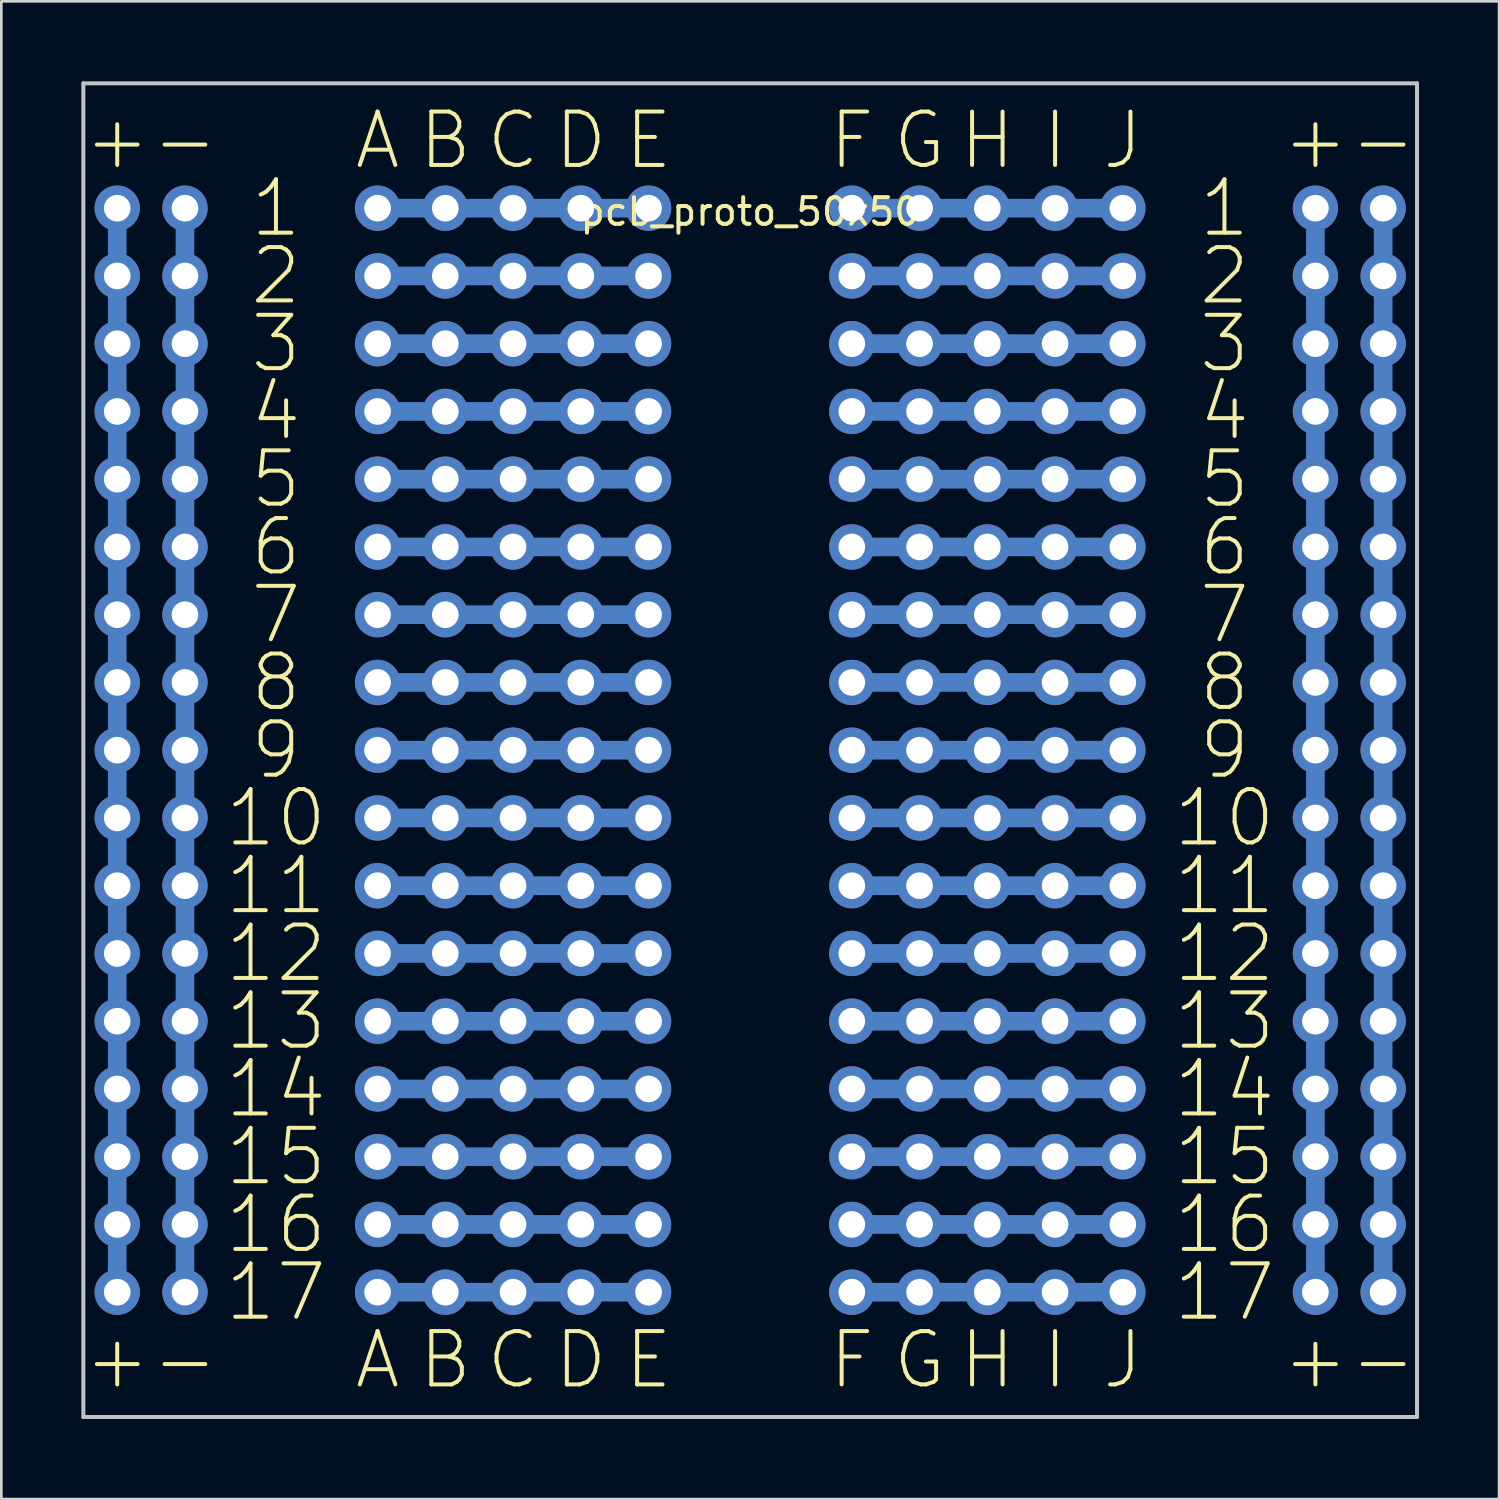
<source format=kicad_pcb>
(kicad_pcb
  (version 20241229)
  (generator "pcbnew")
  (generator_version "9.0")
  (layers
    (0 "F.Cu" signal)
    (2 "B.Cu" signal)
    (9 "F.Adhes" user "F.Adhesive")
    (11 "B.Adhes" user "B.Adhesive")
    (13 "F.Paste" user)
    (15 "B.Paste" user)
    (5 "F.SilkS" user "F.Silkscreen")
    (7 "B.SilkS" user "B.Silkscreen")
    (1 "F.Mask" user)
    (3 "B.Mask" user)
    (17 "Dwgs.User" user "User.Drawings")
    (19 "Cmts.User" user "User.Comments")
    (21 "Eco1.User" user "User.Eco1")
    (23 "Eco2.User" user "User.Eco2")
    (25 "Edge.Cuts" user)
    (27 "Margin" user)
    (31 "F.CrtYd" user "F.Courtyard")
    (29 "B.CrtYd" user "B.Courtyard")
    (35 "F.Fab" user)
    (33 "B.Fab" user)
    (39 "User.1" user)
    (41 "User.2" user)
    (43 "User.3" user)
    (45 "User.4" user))
  (footprint "pcb_proto_50x50"
    (layer "F.Cu")
    (at 25.075 3.885)
    (property "Reference" "pcb_proto_50x50" (at 0 1 0) (layer "F.SilkS") (effects (font (size 1 1) (thickness 0.15))))
    (attr through_hole)
    (fp_line (start -25 -3.81) (end -25 46.19) (stroke (width 0.15) (type solid)) (layer "Dwgs.User"))
    (fp_line (start -25 46.19) (end 25 46.19) (stroke (width 0.15) (type solid)) (layer "Dwgs.User"))
    (fp_line (start 25 -3.81) (end -25 -3.81) (stroke (width 0.15) (type solid)) (layer "Dwgs.User"))
    (fp_line (start 25 46.19) (end 25 -3.81) (stroke (width 0.15) (type solid)) (layer "Dwgs.User"))
    (fp_text user "7" (at -17.78 16.11 0) (layer "F.SilkS") (effects (font (size 2 2) (thickness 0.15))))
    (fp_text user "C" (at -8.89 44.05 0) (layer "F.SilkS") (effects (font (size 2 2) (thickness 0.15))))
    (fp_text user "I" (at 11.43 -1.67 0) (layer "F.SilkS") (effects (font (size 2 2) (thickness 0.15))))
    (fp_text user "9" (at -17.78 21.19 0) (layer "F.SilkS") (effects (font (size 2 2) (thickness 0.15))))
    (fp_text user "11" (at -17.78 26.27 0) (layer "F.SilkS") (effects (font (size 2 2) (thickness 0.15))))
    (fp_text user "G" (at 6.35 44.05 0) (layer "F.SilkS") (effects (font (size 2 2) (thickness 0.15))))
    (fp_text user "C" (at -8.89 -1.67 0) (layer "F.SilkS") (effects (font (size 2 2) (thickness 0.15))))
    (fp_text user "D" (at -6.35 44.05 0) (layer "F.SilkS") (effects (font (size 2 2) (thickness 0.15))))
    (fp_text user "17" (at -17.78 41.51 0) (layer "F.SilkS") (effects (font (size 2 2) (thickness 0.15))))
    (fp_text user "2" (at -17.78 3.41 0) (layer "F.SilkS") (effects (font (size 2 2) (thickness 0.15))))
    (fp_text user "+" (at -23.73 -1.67 0) (layer "F.SilkS") (effects (font (size 2 2) (thickness 0.15))))
    (fp_text user "13" (at -17.78 31.35 0) (layer "F.SilkS") (effects (font (size 2 2) (thickness 0.15))))
    (fp_text user "5" (at -17.78 11.03 0) (layer "F.SilkS") (effects (font (size 2 2) (thickness 0.15))))
    (fp_text user "12" (at -17.78 28.81 0) (layer "F.SilkS") (effects (font (size 2 2) (thickness 0.15))))
    (fp_text user "3" (at -17.78 5.95 0) (layer "F.SilkS") (effects (font (size 2 2) (thickness 0.15))))
    (fp_text user "H" (at 8.89 -1.67 0) (layer "F.SilkS") (effects (font (size 2 2) (thickness 0.15))))
    (fp_text user "13" (at 17.78 31.35 0) (layer "F.SilkS") (effects (font (size 2 2) (thickness 0.15))))
    (fp_text user "16" (at 17.78 38.97 0) (layer "F.SilkS") (effects (font (size 2 2) (thickness 0.15))))
    (fp_text user "I" (at 11.43 44.05 0) (layer "F.SilkS") (effects (font (size 2 2) (thickness 0.15))))
    (fp_text user "7" (at 17.78 16.11 0) (layer "F.SilkS") (effects (font (size 2 2) (thickness 0.15))))
    (fp_text user "J" (at 13.97 44.05 0) (layer "F.SilkS") (effects (font (size 2 2) (thickness 0.15))))
    (fp_text user "16" (at -17.78 38.97 0) (layer "F.SilkS") (effects (font (size 2 2) (thickness 0.15))))
    (fp_text user "14" (at -17.78 33.89 0) (layer "F.SilkS") (effects (font (size 2 2) (thickness 0.15))))
    (fp_text user "12" (at 17.78 28.81 0) (layer "F.SilkS") (effects (font (size 2 2) (thickness 0.15))))
    (fp_text user "E" (at -3.81 -1.67 0) (layer "F.SilkS") (effects (font (size 2 2) (thickness 0.15))))
    (fp_text user "F" (at 3.81 -1.67 0) (layer "F.SilkS") (effects (font (size 2 2) (thickness 0.15))))
    (fp_text user "15" (at 17.78 36.43 0) (layer "F.SilkS") (effects (font (size 2 2) (thickness 0.15))))
    (fp_text user "F" (at 3.81 44.05 0) (layer "F.SilkS") (effects (font (size 2 2) (thickness 0.15))))
    (fp_text user "+" (at 21.19 44.05 0) (layer "F.SilkS") (effects (font (size 2 2) (thickness 0.15))))
    (fp_text user "17" (at 17.78 41.51 0) (layer "F.SilkS") (effects (font (size 2 2) (thickness 0.15))))
    (fp_text user "3" (at 17.78 5.95 0) (layer "F.SilkS") (effects (font (size 2 2) (thickness 0.15))))
    (fp_text user "4" (at 17.78 8.49 0) (layer "F.SilkS") (effects (font (size 2 2) (thickness 0.15))))
    (fp_text user "15" (at -17.78 36.43 0) (layer "F.SilkS") (effects (font (size 2 2) (thickness 0.15))))
    (fp_text user "A" (at -13.97 -1.67 0) (layer "F.SilkS") (effects (font (size 2 2) (thickness 0.15))))
    (fp_text user "11" (at 17.78 26.27 0) (layer "F.SilkS") (effects (font (size 2 2) (thickness 0.15))))
    (fp_text user "4" (at -17.78 8.49 0) (layer "F.SilkS") (effects (font (size 2 2) (thickness 0.15))))
    (fp_text user "+" (at 21.19 -1.67 0) (layer "F.SilkS") (effects (font (size 2 2) (thickness 0.15))))
    (fp_text user "E" (at -3.81 44.05 0) (layer "F.SilkS") (effects (font (size 2 2) (thickness 0.15))))
    (fp_text user "-" (at -21.19 -1.67 0) (layer "F.SilkS") (effects (font (size 2 2) (thickness 0.15))))
    (fp_text user "10" (at 17.78 23.73 0) (layer "F.SilkS") (effects (font (size 2 2) (thickness 0.15))))
    (fp_text user "-" (at 23.73 44.05 0) (layer "F.SilkS") (effects (font (size 2 2) (thickness 0.15))))
    (fp_text user "G" (at 6.35 -1.67 0) (layer "F.SilkS") (effects (font (size 2 2) (thickness 0.15))))
    (fp_text user "B" (at -11.43 -1.67 0) (layer "F.SilkS") (effects (font (size 2 2) (thickness 0.15))))
    (fp_text user "2" (at 17.78 3.41 0) (layer "F.SilkS") (effects (font (size 2 2) (thickness 0.15))))
    (fp_text user "J" (at 13.97 -1.67 0) (layer "F.SilkS") (effects (font (size 2 2) (thickness 0.15))))
    (fp_text user "6" (at -17.78 13.57 0) (layer "F.SilkS") (effects (font (size 2 2) (thickness 0.15))))
    (fp_text user "1" (at 17.78 0.87 0) (layer "F.SilkS") (effects (font (size 2 2) (thickness 0.15))))
    (fp_text user "8" (at -17.78 18.65 0) (layer "F.SilkS") (effects (font (size 2 2) (thickness 0.15))))
    (fp_text user "14" (at 17.78 33.89 0) (layer "F.SilkS") (effects (font (size 2 2) (thickness 0.15))))
    (fp_text user "H" (at 8.89 44.05 0) (layer "F.SilkS") (effects (font (size 2 2) (thickness 0.15))))
    (fp_text user "1" (at -17.78 0.87 0) (layer "F.SilkS") (effects (font (size 2 2) (thickness 0.15))))
    (fp_text user "+" (at -23.73 44.05 0) (layer "F.SilkS") (effects (font (size 2 2) (thickness 0.15))))
    (fp_text user "6" (at 17.78 13.57 0) (layer "F.SilkS") (effects (font (size 2 2) (thickness 0.15))))
    (fp_text user "8" (at 17.78 18.65 0) (layer "F.SilkS") (effects (font (size 2 2) (thickness 0.15))))
    (fp_text user "9" (at 17.78 21.19 0) (layer "F.SilkS") (effects (font (size 2 2) (thickness 0.15))))
    (fp_text user "B" (at -11.43 44.05 0) (layer "F.SilkS") (effects (font (size 2 2) (thickness 0.15))))
    (fp_text user "D" (at -6.35 -1.67 0) (layer "F.SilkS") (effects (font (size 2 2) (thickness 0.15))))
    (fp_text user "-" (at -21.19 44.05 0) (layer "F.SilkS") (effects (font (size 2 2) (thickness 0.15))))
    (fp_text user "5" (at 17.78 11.03 0) (layer "F.SilkS") (effects (font (size 2 2) (thickness 0.15))))
    (fp_text user "A" (at -13.97 44.05 0) (layer "F.SilkS") (effects (font (size 2 2) (thickness 0.15))))
    (fp_text user "-" (at 23.73 -1.67 0) (layer "F.SilkS") (effects (font (size 2 2) (thickness 0.15))))
    (fp_text user "10" (at -17.78 23.73 0) (layer "F.SilkS") (effects (font (size 2 2) (thickness 0.15))))
    (pad "" thru_hole circle (at -23.73 0.87) (size 1.7 1.7) (drill 1) (layers "*.Cu" "*.Mask"))
    (pad "" thru_hole circle (at -23.73 3.41) (size 1.7 1.7) (drill 1) (layers "*.Cu" "*.Mask"))
    (pad "" thru_hole circle (at -23.73 5.95) (size 1.7 1.7) (drill 1) (layers "*.Cu" "*.Mask"))
    (pad "" thru_hole circle (at -23.73 8.49) (size 1.7 1.7) (drill 1) (layers "*.Cu" "*.Mask"))
    (pad "" thru_hole circle (at -23.73 11.03) (size 1.7 1.7) (drill 1) (layers "*.Cu" "*.Mask"))
    (pad "" thru_hole circle (at -23.73 13.57) (size 1.7 1.7) (drill 1) (layers "*.Cu" "*.Mask"))
    (pad "" thru_hole circle (at -23.73 16.11) (size 1.7 1.7) (drill 1) (layers "*.Cu" "*.Mask"))
    (pad "" thru_hole circle (at -23.73 18.65) (size 1.7 1.7) (drill 1) (layers "*.Cu" "*.Mask"))
    (pad "" smd rect (at -23.73 21.19) (size 0.7 40.64) (layers "B.Cu" "B.Mask"))
    (pad "" thru_hole circle (at -23.73 21.19) (size 1.7 1.7) (drill 1) (layers "*.Cu" "*.Mask"))
    (pad "" thru_hole circle (at -23.73 23.73) (size 1.7 1.7) (drill 1) (layers "*.Cu" "*.Mask"))
    (pad "" thru_hole circle (at -23.73 26.27) (size 1.7 1.7) (drill 1) (layers "*.Cu" "*.Mask"))
    (pad "" thru_hole circle (at -23.73 28.81) (size 1.7 1.7) (drill 1) (layers "*.Cu" "*.Mask"))
    (pad "" thru_hole circle (at -23.73 31.35) (size 1.7 1.7) (drill 1) (layers "*.Cu" "*.Mask"))
    (pad "" thru_hole circle (at -23.73 33.89) (size 1.7 1.7) (drill 1) (layers "*.Cu" "*.Mask"))
    (pad "" thru_hole circle (at -23.73 36.43) (size 1.7 1.7) (drill 1) (layers "*.Cu" "*.Mask"))
    (pad "" thru_hole circle (at -23.73 38.97) (size 1.7 1.7) (drill 1) (layers "*.Cu" "*.Mask"))
    (pad "" thru_hole circle (at -23.73 41.51) (size 1.7 1.7) (drill 1) (layers "*.Cu" "*.Mask"))
    (pad "" thru_hole circle (at -21.19 0.87) (size 1.7 1.7) (drill 1) (layers "*.Cu" "*.Mask"))
    (pad "" thru_hole circle (at -21.19 3.41) (size 1.7 1.7) (drill 1) (layers "*.Cu" "*.Mask"))
    (pad "" thru_hole circle (at -21.19 5.95) (size 1.7 1.7) (drill 1) (layers "*.Cu" "*.Mask"))
    (pad "" thru_hole circle (at -21.19 8.49) (size 1.7 1.7) (drill 1) (layers "*.Cu" "*.Mask"))
    (pad "" thru_hole circle (at -21.19 11.03) (size 1.7 1.7) (drill 1) (layers "*.Cu" "*.Mask"))
    (pad "" thru_hole circle (at -21.19 13.57) (size 1.7 1.7) (drill 1) (layers "*.Cu" "*.Mask"))
    (pad "" thru_hole circle (at -21.19 16.11) (size 1.7 1.7) (drill 1) (layers "*.Cu" "*.Mask"))
    (pad "" thru_hole circle (at -21.19 18.65) (size 1.7 1.7) (drill 1) (layers "*.Cu" "*.Mask"))
    (pad "" smd rect (at -21.19 21.19) (size 0.7 40.64) (layers "B.Cu" "B.Mask"))
    (pad "" thru_hole circle (at -21.19 21.19) (size 1.7 1.7) (drill 1) (layers "*.Cu" "*.Mask"))
    (pad "" thru_hole circle (at -21.19 23.73) (size 1.7 1.7) (drill 1) (layers "*.Cu" "*.Mask"))
    (pad "" thru_hole circle (at -21.19 26.27) (size 1.7 1.7) (drill 1) (layers "*.Cu" "*.Mask"))
    (pad "" thru_hole circle (at -21.19 28.81) (size 1.7 1.7) (drill 1) (layers "*.Cu" "*.Mask"))
    (pad "" thru_hole circle (at -21.19 31.35) (size 1.7 1.7) (drill 1) (layers "*.Cu" "*.Mask"))
    (pad "" thru_hole circle (at -21.19 33.89) (size 1.7 1.7) (drill 1) (layers "*.Cu" "*.Mask"))
    (pad "" thru_hole circle (at -21.19 36.43) (size 1.7 1.7) (drill 1) (layers "*.Cu" "*.Mask"))
    (pad "" thru_hole circle (at -21.19 38.97) (size 1.7 1.7) (drill 1) (layers "*.Cu" "*.Mask"))
    (pad "" thru_hole circle (at -21.19 41.51) (size 1.7 1.7) (drill 1) (layers "*.Cu" "*.Mask"))
    (pad "" thru_hole circle (at -13.97 0.87) (size 1.7 1.7) (drill 1) (layers "*.Cu" "*.Mask"))
    (pad "" thru_hole circle (at -13.97 3.41) (size 1.7 1.7) (drill 1) (layers "*.Cu" "*.Mask"))
    (pad "" thru_hole circle (at -13.97 5.95) (size 1.7 1.7) (drill 1) (layers "*.Cu" "*.Mask"))
    (pad "" thru_hole circle (at -13.97 8.49) (size 1.7 1.7) (drill 1) (layers "*.Cu" "*.Mask"))
    (pad "" thru_hole circle (at -13.97 11.03) (size 1.7 1.7) (drill 1) (layers "*.Cu" "*.Mask"))
    (pad "" thru_hole circle (at -13.97 13.57) (size 1.7 1.7) (drill 1) (layers "*.Cu" "*.Mask"))
    (pad "" thru_hole circle (at -13.97 16.11) (size 1.7 1.7) (drill 1) (layers "*.Cu" "*.Mask"))
    (pad "" thru_hole circle (at -13.97 18.65) (size 1.7 1.7) (drill 1) (layers "*.Cu" "*.Mask"))
    (pad "" thru_hole circle (at -13.97 21.19) (size 1.7 1.7) (drill 1) (layers "*.Cu" "*.Mask"))
    (pad "" thru_hole circle (at -13.97 23.73) (size 1.7 1.7) (drill 1) (layers "*.Cu" "*.Mask"))
    (pad "" thru_hole circle (at -13.97 26.27) (size 1.7 1.7) (drill 1) (layers "*.Cu" "*.Mask"))
    (pad "" thru_hole circle (at -13.97 28.81) (size 1.7 1.7) (drill 1) (layers "*.Cu" "*.Mask"))
    (pad "" thru_hole circle (at -13.97 31.35) (size 1.7 1.7) (drill 1) (layers "*.Cu" "*.Mask"))
    (pad "" thru_hole circle (at -13.97 33.89) (size 1.7 1.7) (drill 1) (layers "*.Cu" "*.Mask"))
    (pad "" thru_hole circle (at -13.97 36.43) (size 1.7 1.7) (drill 1) (layers "*.Cu" "*.Mask"))
    (pad "" thru_hole circle (at -13.97 38.97) (size 1.7 1.7) (drill 1) (layers "*.Cu" "*.Mask"))
    (pad "" thru_hole circle (at -13.97 41.51) (size 1.7 1.7) (drill 1) (layers "*.Cu" "*.Mask"))
    (pad "" thru_hole circle (at -11.43 0.87) (size 1.7 1.7) (drill 1) (layers "*.Cu" "*.Mask"))
    (pad "" thru_hole circle (at -11.43 3.41) (size 1.7 1.7) (drill 1) (layers "*.Cu" "*.Mask"))
    (pad "" thru_hole circle (at -11.43 5.95) (size 1.7 1.7) (drill 1) (layers "*.Cu" "*.Mask"))
    (pad "" thru_hole circle (at -11.43 8.49) (size 1.7 1.7) (drill 1) (layers "*.Cu" "*.Mask"))
    (pad "" thru_hole circle (at -11.43 11.03) (size 1.7 1.7) (drill 1) (layers "*.Cu" "*.Mask"))
    (pad "" thru_hole circle (at -11.43 13.57) (size 1.7 1.7) (drill 1) (layers "*.Cu" "*.Mask"))
    (pad "" thru_hole circle (at -11.43 16.11) (size 1.7 1.7) (drill 1) (layers "*.Cu" "*.Mask"))
    (pad "" thru_hole circle (at -11.43 18.65) (size 1.7 1.7) (drill 1) (layers "*.Cu" "*.Mask"))
    (pad "" thru_hole circle (at -11.43 21.19) (size 1.7 1.7) (drill 1) (layers "*.Cu" "*.Mask"))
    (pad "" thru_hole circle (at -11.43 23.73) (size 1.7 1.7) (drill 1) (layers "*.Cu" "*.Mask"))
    (pad "" thru_hole circle (at -11.43 26.27) (size 1.7 1.7) (drill 1) (layers "*.Cu" "*.Mask"))
    (pad "" thru_hole circle (at -11.43 28.81) (size 1.7 1.7) (drill 1) (layers "*.Cu" "*.Mask"))
    (pad "" thru_hole circle (at -11.43 31.35) (size 1.7 1.7) (drill 1) (layers "*.Cu" "*.Mask"))
    (pad "" thru_hole circle (at -11.43 33.89) (size 1.7 1.7) (drill 1) (layers "*.Cu" "*.Mask"))
    (pad "" thru_hole circle (at -11.43 36.43) (size 1.7 1.7) (drill 1) (layers "*.Cu" "*.Mask"))
    (pad "" thru_hole circle (at -11.43 38.97) (size 1.7 1.7) (drill 1) (layers "*.Cu" "*.Mask"))
    (pad "" thru_hole circle (at -11.43 41.51) (size 1.7 1.7) (drill 1) (layers "*.Cu" "*.Mask"))
    (pad "" thru_hole circle (at -8.89 0.87) (size 1.7 1.7) (drill 1) (layers "*.Cu" "*.Mask"))
    (pad "" smd rect (at -8.89 0.87) (size 10.16 0.7) (layers "B.Cu" "B.Mask"))
    (pad "" thru_hole circle (at -8.89 3.41) (size 1.7 1.7) (drill 1) (layers "*.Cu" "*.Mask"))
    (pad "" smd rect (at -8.89 3.41) (size 10.16 0.7) (layers "B.Cu" "B.Mask"))
    (pad "" thru_hole circle (at -8.89 5.95) (size 1.7 1.7) (drill 1) (layers "*.Cu" "*.Mask"))
    (pad "" smd rect (at -8.89 5.95) (size 10.16 0.7) (layers "B.Cu" "B.Mask"))
    (pad "" thru_hole circle (at -8.89 8.49) (size 1.7 1.7) (drill 1) (layers "*.Cu" "*.Mask"))
    (pad "" smd rect (at -8.89 8.49) (size 10.16 0.7) (layers "B.Cu" "B.Mask"))
    (pad "" thru_hole circle (at -8.89 11.03) (size 1.7 1.7) (drill 1) (layers "*.Cu" "*.Mask"))
    (pad "" smd rect (at -8.89 11.03) (size 10.16 0.7) (layers "B.Cu" "B.Mask"))
    (pad "" thru_hole circle (at -8.89 13.57) (size 1.7 1.7) (drill 1) (layers "*.Cu" "*.Mask"))
    (pad "" smd rect (at -8.89 13.57) (size 10.16 0.7) (layers "B.Cu" "B.Mask"))
    (pad "" thru_hole circle (at -8.89 16.11) (size 1.7 1.7) (drill 1) (layers "*.Cu" "*.Mask"))
    (pad "" smd rect (at -8.89 16.11) (size 10.16 0.7) (layers "B.Cu" "B.Mask"))
    (pad "" thru_hole circle (at -8.89 18.65) (size 1.7 1.7) (drill 1) (layers "*.Cu" "*.Mask"))
    (pad "" smd rect (at -8.89 18.65) (size 10.16 0.7) (layers "B.Cu" "B.Mask"))
    (pad "" thru_hole circle (at -8.89 21.19) (size 1.7 1.7) (drill 1) (layers "*.Cu" "*.Mask"))
    (pad "" smd rect (at -8.89 21.19) (size 10.16 0.7) (layers "B.Cu" "B.Mask"))
    (pad "" thru_hole circle (at -8.89 23.73) (size 1.7 1.7) (drill 1) (layers "*.Cu" "*.Mask"))
    (pad "" smd rect (at -8.89 23.73) (size 10.16 0.7) (layers "B.Cu" "B.Mask"))
    (pad "" thru_hole circle (at -8.89 26.27) (size 1.7 1.7) (drill 1) (layers "*.Cu" "*.Mask"))
    (pad "" smd rect (at -8.89 26.27) (size 10.16 0.7) (layers "B.Cu" "B.Mask"))
    (pad "" thru_hole circle (at -8.89 28.81) (size 1.7 1.7) (drill 1) (layers "*.Cu" "*.Mask"))
    (pad "" smd rect (at -8.89 28.81) (size 10.16 0.7) (layers "B.Cu" "B.Mask"))
    (pad "" thru_hole circle (at -8.89 31.35) (size 1.7 1.7) (drill 1) (layers "*.Cu" "*.Mask"))
    (pad "" smd rect (at -8.89 31.35) (size 10.16 0.7) (layers "B.Cu" "B.Mask"))
    (pad "" thru_hole circle (at -8.89 33.89) (size 1.7 1.7) (drill 1) (layers "*.Cu" "*.Mask"))
    (pad "" smd rect (at -8.89 33.89) (size 10.16 0.7) (layers "B.Cu" "B.Mask"))
    (pad "" thru_hole circle (at -8.89 36.43) (size 1.7 1.7) (drill 1) (layers "*.Cu" "*.Mask"))
    (pad "" smd rect (at -8.89 36.43) (size 10.16 0.7) (layers "B.Cu" "B.Mask"))
    (pad "" thru_hole circle (at -8.89 38.97) (size 1.7 1.7) (drill 1) (layers "*.Cu" "*.Mask"))
    (pad "" smd rect (at -8.89 38.97) (size 10.16 0.7) (layers "B.Cu" "B.Mask"))
    (pad "" thru_hole circle (at -8.89 41.51) (size 1.7 1.7) (drill 1) (layers "*.Cu" "*.Mask"))
    (pad "" smd rect (at -8.89 41.51) (size 10.16 0.7) (layers "B.Cu" "B.Mask"))
    (pad "" thru_hole circle (at -6.35 0.87) (size 1.7 1.7) (drill 1) (layers "*.Cu" "*.Mask"))
    (pad "" thru_hole circle (at -6.35 3.41) (size 1.7 1.7) (drill 1) (layers "*.Cu" "*.Mask"))
    (pad "" thru_hole circle (at -6.35 5.95) (size 1.7 1.7) (drill 1) (layers "*.Cu" "*.Mask"))
    (pad "" thru_hole circle (at -6.35 8.49) (size 1.7 1.7) (drill 1) (layers "*.Cu" "*.Mask"))
    (pad "" thru_hole circle (at -6.35 11.03) (size 1.7 1.7) (drill 1) (layers "*.Cu" "*.Mask"))
    (pad "" thru_hole circle (at -6.35 13.57) (size 1.7 1.7) (drill 1) (layers "*.Cu" "*.Mask"))
    (pad "" thru_hole circle (at -6.35 16.11) (size 1.7 1.7) (drill 1) (layers "*.Cu" "*.Mask"))
    (pad "" thru_hole circle (at -6.35 18.65) (size 1.7 1.7) (drill 1) (layers "*.Cu" "*.Mask"))
    (pad "" thru_hole circle (at -6.35 21.19) (size 1.7 1.7) (drill 1) (layers "*.Cu" "*.Mask"))
    (pad "" thru_hole circle (at -6.35 23.73) (size 1.7 1.7) (drill 1) (layers "*.Cu" "*.Mask"))
    (pad "" thru_hole circle (at -6.35 26.27) (size 1.7 1.7) (drill 1) (layers "*.Cu" "*.Mask"))
    (pad "" thru_hole circle (at -6.35 28.81) (size 1.7 1.7) (drill 1) (layers "*.Cu" "*.Mask"))
    (pad "" thru_hole circle (at -6.35 31.35) (size 1.7 1.7) (drill 1) (layers "*.Cu" "*.Mask"))
    (pad "" thru_hole circle (at -6.35 33.89) (size 1.7 1.7) (drill 1) (layers "*.Cu" "*.Mask"))
    (pad "" thru_hole circle (at -6.35 36.43) (size 1.7 1.7) (drill 1) (layers "*.Cu" "*.Mask"))
    (pad "" thru_hole circle (at -6.35 38.97) (size 1.7 1.7) (drill 1) (layers "*.Cu" "*.Mask"))
    (pad "" thru_hole circle (at -6.35 41.51) (size 1.7 1.7) (drill 1) (layers "*.Cu" "*.Mask"))
    (pad "" thru_hole circle (at -3.81 0.87) (size 1.7 1.7) (drill 1) (layers "*.Cu" "*.Mask"))
    (pad "" thru_hole circle (at -3.81 3.41) (size 1.7 1.7) (drill 1) (layers "*.Cu" "*.Mask"))
    (pad "" thru_hole circle (at -3.81 5.95) (size 1.7 1.7) (drill 1) (layers "*.Cu" "*.Mask"))
    (pad "" thru_hole circle (at -3.81 8.49) (size 1.7 1.7) (drill 1) (layers "*.Cu" "*.Mask"))
    (pad "" thru_hole circle (at -3.81 11.03) (size 1.7 1.7) (drill 1) (layers "*.Cu" "*.Mask"))
    (pad "" thru_hole circle (at -3.81 13.57) (size 1.7 1.7) (drill 1) (layers "*.Cu" "*.Mask"))
    (pad "" thru_hole circle (at -3.81 16.11) (size 1.7 1.7) (drill 1) (layers "*.Cu" "*.Mask"))
    (pad "" thru_hole circle (at -3.81 18.65) (size 1.7 1.7) (drill 1) (layers "*.Cu" "*.Mask"))
    (pad "" thru_hole circle (at -3.81 21.19) (size 1.7 1.7) (drill 1) (layers "*.Cu" "*.Mask"))
    (pad "" thru_hole circle (at -3.81 23.73) (size 1.7 1.7) (drill 1) (layers "*.Cu" "*.Mask"))
    (pad "" thru_hole circle (at -3.81 26.27) (size 1.7 1.7) (drill 1) (layers "*.Cu" "*.Mask"))
    (pad "" thru_hole circle (at -3.81 28.81) (size 1.7 1.7) (drill 1) (layers "*.Cu" "*.Mask"))
    (pad "" thru_hole circle (at -3.81 31.35) (size 1.7 1.7) (drill 1) (layers "*.Cu" "*.Mask"))
    (pad "" thru_hole circle (at -3.81 33.89) (size 1.7 1.7) (drill 1) (layers "*.Cu" "*.Mask"))
    (pad "" thru_hole circle (at -3.81 36.43) (size 1.7 1.7) (drill 1) (layers "*.Cu" "*.Mask"))
    (pad "" thru_hole circle (at -3.81 38.97) (size 1.7 1.7) (drill 1) (layers "*.Cu" "*.Mask"))
    (pad "" thru_hole circle (at -3.81 41.51) (size 1.7 1.7) (drill 1) (layers "*.Cu" "*.Mask"))
    (pad "" thru_hole circle (at 3.81 0.87) (size 1.7 1.7) (drill 1) (layers "*.Cu" "*.Mask"))
    (pad "" thru_hole circle (at 3.81 3.41) (size 1.7 1.7) (drill 1) (layers "*.Cu" "*.Mask"))
    (pad "" thru_hole circle (at 3.81 5.95) (size 1.7 1.7) (drill 1) (layers "*.Cu" "*.Mask"))
    (pad "" thru_hole circle (at 3.81 8.49) (size 1.7 1.7) (drill 1) (layers "*.Cu" "*.Mask"))
    (pad "" thru_hole circle (at 3.81 11.03) (size 1.7 1.7) (drill 1) (layers "*.Cu" "*.Mask"))
    (pad "" thru_hole circle (at 3.81 13.57) (size 1.7 1.7) (drill 1) (layers "*.Cu" "*.Mask"))
    (pad "" thru_hole circle (at 3.81 16.11) (size 1.7 1.7) (drill 1) (layers "*.Cu" "*.Mask"))
    (pad "" thru_hole circle (at 3.81 18.65) (size 1.7 1.7) (drill 1) (layers "*.Cu" "*.Mask"))
    (pad "" thru_hole circle (at 3.81 21.19) (size 1.7 1.7) (drill 1) (layers "*.Cu" "*.Mask"))
    (pad "" thru_hole circle (at 3.81 23.73) (size 1.7 1.7) (drill 1) (layers "*.Cu" "*.Mask"))
    (pad "" thru_hole circle (at 3.81 26.27) (size 1.7 1.7) (drill 1) (layers "*.Cu" "*.Mask"))
    (pad "" thru_hole circle (at 3.81 28.81) (size 1.7 1.7) (drill 1) (layers "*.Cu" "*.Mask"))
    (pad "" thru_hole circle (at 3.81 31.35) (size 1.7 1.7) (drill 1) (layers "*.Cu" "*.Mask"))
    (pad "" thru_hole circle (at 3.81 33.89) (size 1.7 1.7) (drill 1) (layers "*.Cu" "*.Mask"))
    (pad "" thru_hole circle (at 3.81 36.43) (size 1.7 1.7) (drill 1) (layers "*.Cu" "*.Mask"))
    (pad "" thru_hole circle (at 3.81 38.97) (size 1.7 1.7) (drill 1) (layers "*.Cu" "*.Mask"))
    (pad "" thru_hole circle (at 3.81 41.51) (size 1.7 1.7) (drill 1) (layers "*.Cu" "*.Mask"))
    (pad "" thru_hole circle (at 6.35 0.87) (size 1.7 1.7) (drill 1) (layers "*.Cu" "*.Mask"))
    (pad "" thru_hole circle (at 6.35 3.41) (size 1.7 1.7) (drill 1) (layers "*.Cu" "*.Mask"))
    (pad "" thru_hole circle (at 6.35 5.95) (size 1.7 1.7) (drill 1) (layers "*.Cu" "*.Mask"))
    (pad "" thru_hole circle (at 6.35 8.49) (size 1.7 1.7) (drill 1) (layers "*.Cu" "*.Mask"))
    (pad "" thru_hole circle (at 6.35 11.03) (size 1.7 1.7) (drill 1) (layers "*.Cu" "*.Mask"))
    (pad "" thru_hole circle (at 6.35 13.57) (size 1.7 1.7) (drill 1) (layers "*.Cu" "*.Mask"))
    (pad "" thru_hole circle (at 6.35 16.11) (size 1.7 1.7) (drill 1) (layers "*.Cu" "*.Mask"))
    (pad "" thru_hole circle (at 6.35 18.65) (size 1.7 1.7) (drill 1) (layers "*.Cu" "*.Mask"))
    (pad "" thru_hole circle (at 6.35 21.19) (size 1.7 1.7) (drill 1) (layers "*.Cu" "*.Mask"))
    (pad "" thru_hole circle (at 6.35 23.73) (size 1.7 1.7) (drill 1) (layers "*.Cu" "*.Mask"))
    (pad "" thru_hole circle (at 6.35 26.27) (size 1.7 1.7) (drill 1) (layers "*.Cu" "*.Mask"))
    (pad "" thru_hole circle (at 6.35 28.81) (size 1.7 1.7) (drill 1) (layers "*.Cu" "*.Mask"))
    (pad "" thru_hole circle (at 6.35 31.35) (size 1.7 1.7) (drill 1) (layers "*.Cu" "*.Mask"))
    (pad "" thru_hole circle (at 6.35 33.89) (size 1.7 1.7) (drill 1) (layers "*.Cu" "*.Mask"))
    (pad "" thru_hole circle (at 6.35 36.43) (size 1.7 1.7) (drill 1) (layers "*.Cu" "*.Mask"))
    (pad "" thru_hole circle (at 6.35 38.97) (size 1.7 1.7) (drill 1) (layers "*.Cu" "*.Mask"))
    (pad "" thru_hole circle (at 6.35 41.51) (size 1.7 1.7) (drill 1) (layers "*.Cu" "*.Mask"))
    (pad "" thru_hole circle (at 8.89 0.87) (size 1.7 1.7) (drill 1) (layers "*.Cu" "*.Mask"))
    (pad "" smd rect (at 8.89 0.87) (size 10.16 0.7) (layers "B.Cu" "B.Mask"))
    (pad "" thru_hole circle (at 8.89 3.41) (size 1.7 1.7) (drill 1) (layers "*.Cu" "*.Mask"))
    (pad "" smd rect (at 8.89 3.41) (size 10.16 0.7) (layers "B.Cu" "B.Mask"))
    (pad "" thru_hole circle (at 8.89 5.95) (size 1.7 1.7) (drill 1) (layers "*.Cu" "*.Mask"))
    (pad "" smd rect (at 8.89 5.95) (size 10.16 0.7) (layers "B.Cu" "B.Mask"))
    (pad "" thru_hole circle (at 8.89 8.49) (size 1.7 1.7) (drill 1) (layers "*.Cu" "*.Mask"))
    (pad "" smd rect (at 8.89 8.49) (size 10.16 0.7) (layers "B.Cu" "B.Mask"))
    (pad "" thru_hole circle (at 8.89 11.03) (size 1.7 1.7) (drill 1) (layers "*.Cu" "*.Mask"))
    (pad "" smd rect (at 8.89 11.03) (size 10.16 0.7) (layers "B.Cu" "B.Mask"))
    (pad "" thru_hole circle (at 8.89 13.57) (size 1.7 1.7) (drill 1) (layers "*.Cu" "*.Mask"))
    (pad "" smd rect (at 8.89 13.57) (size 10.16 0.7) (layers "B.Cu" "B.Mask"))
    (pad "" thru_hole circle (at 8.89 16.11) (size 1.7 1.7) (drill 1) (layers "*.Cu" "*.Mask"))
    (pad "" smd rect (at 8.89 16.11) (size 10.16 0.7) (layers "B.Cu" "B.Mask"))
    (pad "" thru_hole circle (at 8.89 18.65) (size 1.7 1.7) (drill 1) (layers "*.Cu" "*.Mask"))
    (pad "" smd rect (at 8.89 18.65) (size 10.16 0.7) (layers "B.Cu" "B.Mask"))
    (pad "" thru_hole circle (at 8.89 21.19) (size 1.7 1.7) (drill 1) (layers "*.Cu" "*.Mask"))
    (pad "" smd rect (at 8.89 21.19) (size 10.16 0.7) (layers "B.Cu" "B.Mask"))
    (pad "" thru_hole circle (at 8.89 23.73) (size 1.7 1.7) (drill 1) (layers "*.Cu" "*.Mask"))
    (pad "" smd rect (at 8.89 23.73) (size 10.16 0.7) (layers "B.Cu" "B.Mask"))
    (pad "" thru_hole circle (at 8.89 26.27) (size 1.7 1.7) (drill 1) (layers "*.Cu" "*.Mask"))
    (pad "" smd rect (at 8.89 26.27) (size 10.16 0.7) (layers "B.Cu" "B.Mask"))
    (pad "" thru_hole circle (at 8.89 28.81) (size 1.7 1.7) (drill 1) (layers "*.Cu" "*.Mask"))
    (pad "" smd rect (at 8.89 28.81) (size 10.16 0.7) (layers "B.Cu" "B.Mask"))
    (pad "" thru_hole circle (at 8.89 31.35) (size 1.7 1.7) (drill 1) (layers "*.Cu" "*.Mask"))
    (pad "" smd rect (at 8.89 31.35) (size 10.16 0.7) (layers "B.Cu" "B.Mask"))
    (pad "" thru_hole circle (at 8.89 33.89) (size 1.7 1.7) (drill 1) (layers "*.Cu" "*.Mask"))
    (pad "" smd rect (at 8.89 33.89) (size 10.16 0.7) (layers "B.Cu" "B.Mask"))
    (pad "" thru_hole circle (at 8.89 36.43) (size 1.7 1.7) (drill 1) (layers "*.Cu" "*.Mask"))
    (pad "" smd rect (at 8.89 36.43) (size 10.16 0.7) (layers "B.Cu" "B.Mask"))
    (pad "" thru_hole circle (at 8.89 38.97) (size 1.7 1.7) (drill 1) (layers "*.Cu" "*.Mask"))
    (pad "" smd rect (at 8.89 38.97) (size 10.16 0.7) (layers "B.Cu" "B.Mask"))
    (pad "" thru_hole circle (at 8.89 41.51) (size 1.7 1.7) (drill 1) (layers "*.Cu" "*.Mask"))
    (pad "" smd rect (at 8.89 41.51) (size 10.16 0.7) (layers "B.Cu" "B.Mask"))
    (pad "" thru_hole circle (at 11.43 0.87) (size 1.7 1.7) (drill 1) (layers "*.Cu" "*.Mask"))
    (pad "" thru_hole circle (at 11.43 3.41) (size 1.7 1.7) (drill 1) (layers "*.Cu" "*.Mask"))
    (pad "" thru_hole circle (at 11.43 5.95) (size 1.7 1.7) (drill 1) (layers "*.Cu" "*.Mask"))
    (pad "" thru_hole circle (at 11.43 8.49) (size 1.7 1.7) (drill 1) (layers "*.Cu" "*.Mask"))
    (pad "" thru_hole circle (at 11.43 11.03) (size 1.7 1.7) (drill 1) (layers "*.Cu" "*.Mask"))
    (pad "" thru_hole circle (at 11.43 13.57) (size 1.7 1.7) (drill 1) (layers "*.Cu" "*.Mask"))
    (pad "" thru_hole circle (at 11.43 16.11) (size 1.7 1.7) (drill 1) (layers "*.Cu" "*.Mask"))
    (pad "" thru_hole circle (at 11.43 18.65) (size 1.7 1.7) (drill 1) (layers "*.Cu" "*.Mask"))
    (pad "" thru_hole circle (at 11.43 21.19) (size 1.7 1.7) (drill 1) (layers "*.Cu" "*.Mask"))
    (pad "" thru_hole circle (at 11.43 23.73) (size 1.7 1.7) (drill 1) (layers "*.Cu" "*.Mask"))
    (pad "" thru_hole circle (at 11.43 26.27) (size 1.7 1.7) (drill 1) (layers "*.Cu" "*.Mask"))
    (pad "" thru_hole circle (at 11.43 28.81) (size 1.7 1.7) (drill 1) (layers "*.Cu" "*.Mask"))
    (pad "" thru_hole circle (at 11.43 31.35) (size 1.7 1.7) (drill 1) (layers "*.Cu" "*.Mask"))
    (pad "" thru_hole circle (at 11.43 33.89) (size 1.7 1.7) (drill 1) (layers "*.Cu" "*.Mask"))
    (pad "" thru_hole circle (at 11.43 36.43) (size 1.7 1.7) (drill 1) (layers "*.Cu" "*.Mask"))
    (pad "" thru_hole circle (at 11.43 38.97) (size 1.7 1.7) (drill 1) (layers "*.Cu" "*.Mask"))
    (pad "" thru_hole circle (at 11.43 41.51) (size 1.7 1.7) (drill 1) (layers "*.Cu" "*.Mask"))
    (pad "" thru_hole circle (at 13.97 0.87) (size 1.7 1.7) (drill 1) (layers "*.Cu" "*.Mask"))
    (pad "" thru_hole circle (at 13.97 3.41) (size 1.7 1.7) (drill 1) (layers "*.Cu" "*.Mask"))
    (pad "" thru_hole circle (at 13.97 5.95) (size 1.7 1.7) (drill 1) (layers "*.Cu" "*.Mask"))
    (pad "" thru_hole circle (at 13.97 8.49) (size 1.7 1.7) (drill 1) (layers "*.Cu" "*.Mask"))
    (pad "" thru_hole circle (at 13.97 11.03) (size 1.7 1.7) (drill 1) (layers "*.Cu" "*.Mask"))
    (pad "" thru_hole circle (at 13.97 13.57) (size 1.7 1.7) (drill 1) (layers "*.Cu" "*.Mask"))
    (pad "" thru_hole circle (at 13.97 16.11) (size 1.7 1.7) (drill 1) (layers "*.Cu" "*.Mask"))
    (pad "" thru_hole circle (at 13.97 18.65) (size 1.7 1.7) (drill 1) (layers "*.Cu" "*.Mask"))
    (pad "" thru_hole circle (at 13.97 21.19) (size 1.7 1.7) (drill 1) (layers "*.Cu" "*.Mask"))
    (pad "" thru_hole circle (at 13.97 23.73) (size 1.7 1.7) (drill 1) (layers "*.Cu" "*.Mask"))
    (pad "" thru_hole circle (at 13.97 26.27) (size 1.7 1.7) (drill 1) (layers "*.Cu" "*.Mask"))
    (pad "" thru_hole circle (at 13.97 28.81) (size 1.7 1.7) (drill 1) (layers "*.Cu" "*.Mask"))
    (pad "" thru_hole circle (at 13.97 31.35) (size 1.7 1.7) (drill 1) (layers "*.Cu" "*.Mask"))
    (pad "" thru_hole circle (at 13.97 33.89) (size 1.7 1.7) (drill 1) (layers "*.Cu" "*.Mask"))
    (pad "" thru_hole circle (at 13.97 36.43) (size 1.7 1.7) (drill 1) (layers "*.Cu" "*.Mask"))
    (pad "" thru_hole circle (at 13.97 38.97) (size 1.7 1.7) (drill 1) (layers "*.Cu" "*.Mask"))
    (pad "" thru_hole circle (at 13.97 41.51) (size 1.7 1.7) (drill 1) (layers "*.Cu" "*.Mask"))
    (pad "" thru_hole circle (at 21.19 0.87) (size 1.7 1.7) (drill 1) (layers "*.Cu" "*.Mask"))
    (pad "" thru_hole circle (at 21.19 3.41) (size 1.7 1.7) (drill 1) (layers "*.Cu" "*.Mask"))
    (pad "" thru_hole circle (at 21.19 5.95) (size 1.7 1.7) (drill 1) (layers "*.Cu" "*.Mask"))
    (pad "" thru_hole circle (at 21.19 8.49) (size 1.7 1.7) (drill 1) (layers "*.Cu" "*.Mask"))
    (pad "" thru_hole circle (at 21.19 11.03) (size 1.7 1.7) (drill 1) (layers "*.Cu" "*.Mask"))
    (pad "" thru_hole circle (at 21.19 13.57) (size 1.7 1.7) (drill 1) (layers "*.Cu" "*.Mask"))
    (pad "" thru_hole circle (at 21.19 16.11) (size 1.7 1.7) (drill 1) (layers "*.Cu" "*.Mask"))
    (pad "" thru_hole circle (at 21.19 18.65) (size 1.7 1.7) (drill 1) (layers "*.Cu" "*.Mask"))
    (pad "" smd rect (at 21.19 21.19) (size 0.7 40.64) (layers "B.Cu" "B.Mask"))
    (pad "" thru_hole circle (at 21.19 21.19) (size 1.7 1.7) (drill 1) (layers "*.Cu" "*.Mask"))
    (pad "" thru_hole circle (at 21.19 23.73) (size 1.7 1.7) (drill 1) (layers "*.Cu" "*.Mask"))
    (pad "" thru_hole circle (at 21.19 26.27) (size 1.7 1.7) (drill 1) (layers "*.Cu" "*.Mask"))
    (pad "" thru_hole circle (at 21.19 28.81) (size 1.7 1.7) (drill 1) (layers "*.Cu" "*.Mask"))
    (pad "" thru_hole circle (at 21.19 31.35) (size 1.7 1.7) (drill 1) (layers "*.Cu" "*.Mask"))
    (pad "" thru_hole circle (at 21.19 33.89) (size 1.7 1.7) (drill 1) (layers "*.Cu" "*.Mask"))
    (pad "" thru_hole circle (at 21.19 36.43) (size 1.7 1.7) (drill 1) (layers "*.Cu" "*.Mask"))
    (pad "" thru_hole circle (at 21.19 38.97) (size 1.7 1.7) (drill 1) (layers "*.Cu" "*.Mask"))
    (pad "" thru_hole circle (at 21.19 41.51) (size 1.7 1.7) (drill 1) (layers "*.Cu" "*.Mask"))
    (pad "" thru_hole circle (at 23.73 0.87) (size 1.7 1.7) (drill 1) (layers "*.Cu" "*.Mask"))
    (pad "" thru_hole circle (at 23.73 3.41) (size 1.7 1.7) (drill 1) (layers "*.Cu" "*.Mask"))
    (pad "" thru_hole circle (at 23.73 5.95) (size 1.7 1.7) (drill 1) (layers "*.Cu" "*.Mask"))
    (pad "" thru_hole circle (at 23.73 8.49) (size 1.7 1.7) (drill 1) (layers "*.Cu" "*.Mask"))
    (pad "" thru_hole circle (at 23.73 11.03) (size 1.7 1.7) (drill 1) (layers "*.Cu" "*.Mask"))
    (pad "" thru_hole circle (at 23.73 13.57) (size 1.7 1.7) (drill 1) (layers "*.Cu" "*.Mask"))
    (pad "" thru_hole circle (at 23.73 16.11) (size 1.7 1.7) (drill 1) (layers "*.Cu" "*.Mask"))
    (pad "" thru_hole circle (at 23.73 18.65) (size 1.7 1.7) (drill 1) (layers "*.Cu" "*.Mask"))
    (pad "" smd rect (at 23.73 21.19) (size 0.7 40.64) (layers "B.Cu" "B.Mask"))
    (pad "" thru_hole circle (at 23.73 21.19) (size 1.7 1.7) (drill 1) (layers "*.Cu" "*.Mask"))
    (pad "" thru_hole circle (at 23.73 23.73) (size 1.7 1.7) (drill 1) (layers "*.Cu" "*.Mask"))
    (pad "" thru_hole circle (at 23.73 26.27) (size 1.7 1.7) (drill 1) (layers "*.Cu" "*.Mask"))
    (pad "" thru_hole circle (at 23.73 28.81) (size 1.7 1.7) (drill 1) (layers "*.Cu" "*.Mask"))
    (pad "" thru_hole circle (at 23.73 31.35) (size 1.7 1.7) (drill 1) (layers "*.Cu" "*.Mask"))
    (pad "" thru_hole circle (at 23.73 33.89) (size 1.7 1.7) (drill 1) (layers "*.Cu" "*.Mask"))
    (pad "" thru_hole circle (at 23.73 36.43) (size 1.7 1.7) (drill 1) (layers "*.Cu" "*.Mask"))
    (pad "" thru_hole circle (at 23.73 38.97) (size 1.7 1.7) (drill 1) (layers "*.Cu" "*.Mask"))
    (pad "" thru_hole circle (at 23.73 41.51) (size 1.7 1.7) (drill 1) (layers "*.Cu" "*.Mask")))
  (gr_rect
    (start -3 -3)
    (end 53.15 53.15)
    (stroke (width 0.1) (type default))
    (fill no)
    (layer "Edge.Cuts")))
</source>
